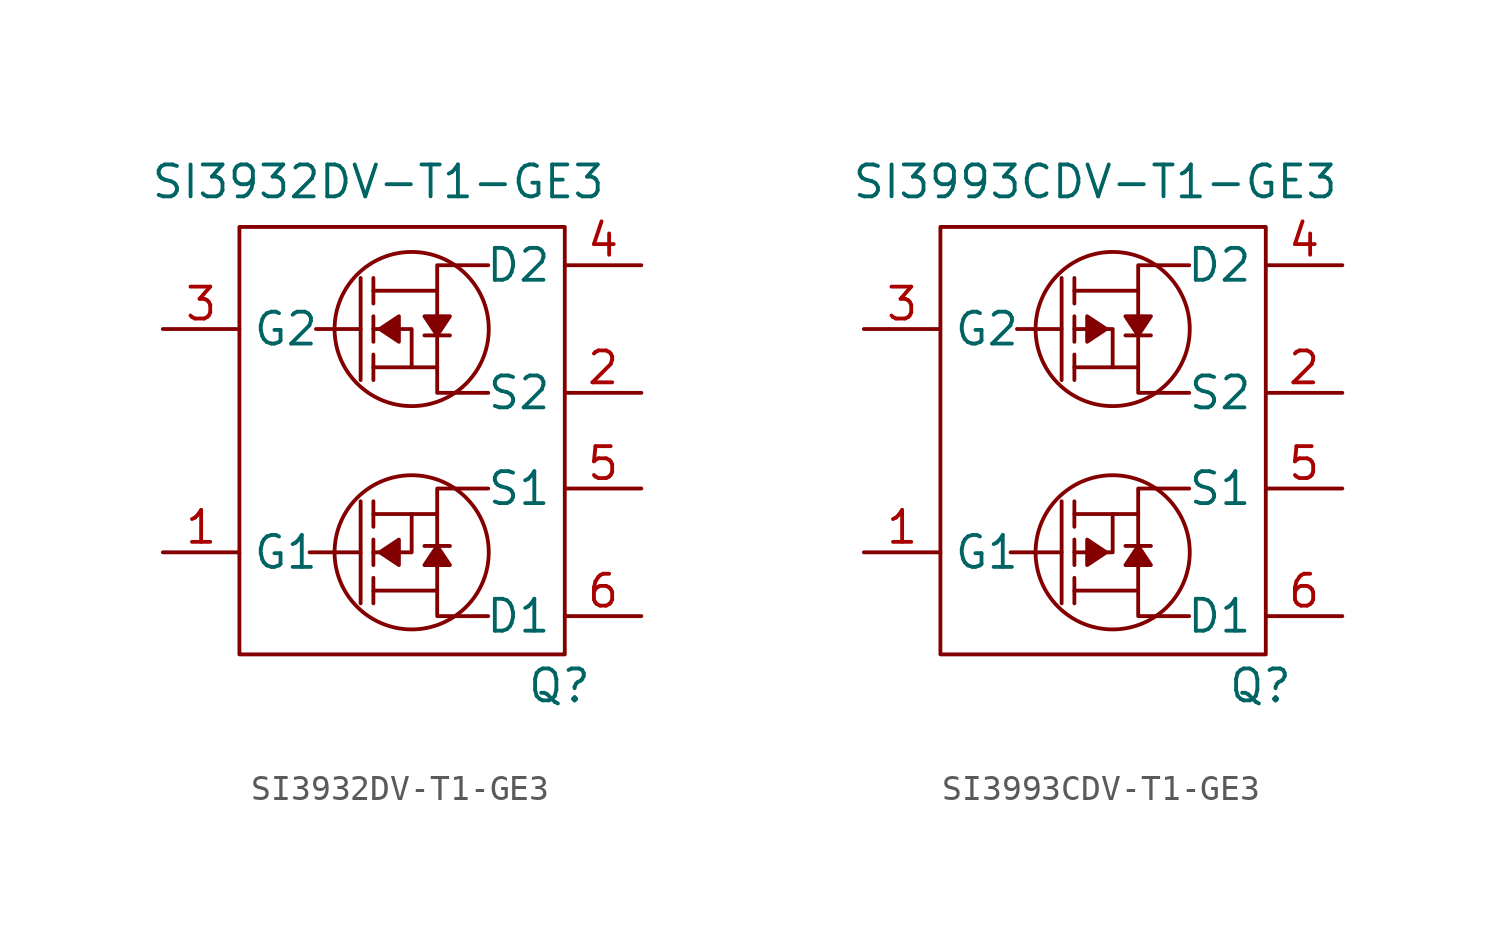
<source format=kicad_sym>
(kicad_symbol_lib
  (version 20231120)
  (generator "kicad_symbol_editor")
  (generator_version "8.0")
  (symbol "SI3932DV-T1-GE3"
    (property "Reference" "Q"
      (at 4.318 -8.382 0)
      (effects (font (size 1.27 1.27)) (justify left top)))
    (property "Value" "SI3932DV-T1-GE3"
      (at -10.668 11.684 0)
      (effects (font (size 1.27 1.27)) (justify left top)))
    (symbol "SI3932DV-T1-GE3_0_1"
      (rectangle (start -7.112 9.144) (end 5.842 -7.874) (stroke (width 0) (type default)) (fill (type none)))
      (circle (center -0.254 -3.81) (radius 3.069) (stroke (width 0) (type default)) (fill (type none)))
      (circle (center -0.254 5.08) (radius 3.069) (stroke (width 0) (type default)) (fill (type none)))
      (polyline (pts (xy -2.286 -3.81) (xy -4.318 -3.81)) (stroke (width 0) (type default)) (fill (type none)))
      (polyline (pts (xy -2.286 -1.778) (xy -2.286 -5.842)) (stroke (width 0) (type default)) (fill (type none)))
      (polyline (pts (xy -2.286 3.048) (xy -2.286 7.112)) (stroke (width 0) (type default)) (fill (type none)))
      (polyline (pts (xy -2.286 5.08) (xy -4.064 5.08)) (stroke (width 0) (type default)) (fill (type none)))
      (polyline (pts (xy -1.778 -4.826) (xy -1.778 -5.842)) (stroke (width 0) (type default)) (fill (type none)))
      (polyline (pts (xy -1.778 -3.302) (xy -1.778 -4.318)) (stroke (width 0) (type default)) (fill (type none)))
      (polyline (pts (xy -1.778 -1.778) (xy -1.778 -2.794)) (stroke (width 0) (type default)) (fill (type none)))
      (polyline (pts (xy -1.778 3.048) (xy -1.778 4.064)) (stroke (width 0) (type default)) (fill (type none)))
      (polyline (pts (xy -1.778 4.572) (xy -1.778 5.588)) (stroke (width 0) (type default)) (fill (type none)))
      (polyline (pts (xy -1.778 6.096) (xy -1.778 7.112)) (stroke (width 0) (type default)) (fill (type none)))
      (polyline (pts (xy 0.254 -3.556) (xy 1.27 -3.556)) (stroke (width 0) (type default)) (fill (type none)))
      (polyline (pts (xy 0.254 4.826) (xy 1.27 4.826)) (stroke (width 0) (type default)) (fill (type none)))
      (polyline (pts (xy 0.762 -3.556) (xy 0.762 -2.286)) (stroke (width 0) (type default)) (fill (type none)))
      (polyline (pts (xy 0.762 -2.286) (xy -0.254 -2.286)) (stroke (width 0) (type default)) (fill (type none)))
      (polyline (pts (xy 0.762 3.556) (xy -0.254 3.556)) (stroke (width 0) (type default)) (fill (type none)))
      (polyline (pts (xy 0.762 4.826) (xy 0.762 3.556)) (stroke (width 0) (type default)) (fill (type none)))
      (polyline (pts (xy -1.778 -5.334) (xy 0.762 -5.334) (xy 0.762 -4.318)) (stroke (width 0) (type default)) (fill (type none)))
      (polyline (pts (xy -1.778 6.604) (xy 0.762 6.604) (xy 0.762 5.588)) (stroke (width 0) (type default)) (fill (type none)))
      (polyline (pts (xy 0.762 -5.334) (xy 0.762 -6.35) (xy 2.794 -6.35)) (stroke (width 0) (type default)) (fill (type none)))
      (polyline (pts (xy 0.762 -2.286) (xy 0.762 -1.27) (xy 2.794 -1.27)) (stroke (width 0) (type default)) (fill (type none)))
      (polyline (pts (xy 0.762 3.556) (xy 0.762 2.54) (xy 2.794 2.54)) (stroke (width 0) (type default)) (fill (type none)))
      (polyline (pts (xy 0.762 6.604) (xy 0.762 7.62) (xy 2.794 7.62)) (stroke (width 0) (type default)) (fill (type none)))
      (polyline (pts (xy -1.778 -3.81) (xy -0.254 -3.81) (xy -0.254 -2.286) (xy -1.778 -2.286)) (stroke (width 0) (type default)) (fill (type none)))
      (polyline (pts (xy -1.778 5.08) (xy -0.254 5.08) (xy -0.254 3.556) (xy -1.778 3.556)) (stroke (width 0) (type default)) (fill (type none)))
      (polyline (pts (xy -0.762 -3.302) (xy -0.762 -4.318) (xy -1.524 -3.81) (xy -0.762 -3.302)) (stroke (width 0) (type default)) (fill (type outline)))
      (polyline (pts (xy -0.762 4.572) (xy -0.762 5.588) (xy -1.524 5.08) (xy -0.762 4.572)) (stroke (width 0) (type default)) (fill (type outline)))
      (polyline (pts (xy 0.254 -4.318) (xy 1.27 -4.318) (xy 0.762 -3.556) (xy 0.254 -4.318)) (stroke (width 0) (type default)) (fill (type outline)))
      (polyline (pts (xy 0.254 5.588) (xy 1.27 5.588) (xy 0.762 4.826) (xy 0.254 5.588)) (stroke (width 0) (type default)) (fill (type outline))))
    (symbol "SI3932DV-T1-GE3_1_1"
      (pin input line (at -10.16 -3.81 0) (length 3.048) (name "G1" (effects (font (size 1.27 1.27)))) (number "1" (effects (font (size 1.27 1.27)))))
      (pin bidirectional line (at 8.89 2.54 180) (length 3.048) (name "S2" (effects (font (size 1.27 1.27)))) (number "2" (effects (font (size 1.27 1.27)))))
      (pin input line (at -10.16 5.08 0) (length 3.048) (name "G2" (effects (font (size 1.27 1.27)))) (number "3" (effects (font (size 1.27 1.27)))))
      (pin bidirectional line (at 8.89 7.62 180) (length 3.048) (name "D2" (effects (font (size 1.27 1.27)))) (number "4" (effects (font (size 1.27 1.27)))))
      (pin bidirectional line (at 8.89 -1.27 180) (length 3.048) (name "S1" (effects (font (size 1.27 1.27)))) (number "5" (effects (font (size 1.27 1.27)))))
      (pin bidirectional line (at 8.89 -6.35 180) (length 3.048) (name "D1" (effects (font (size 1.27 1.27)))) (number "6" (effects (font (size 1.27 1.27)))))))
  (symbol "SI3993CDV-T1-GE3"
    (property "Reference" "Q"
      (at 4.318 -8.382 0)
      (effects (font (size 1.27 1.27)) (justify left top)))
    (property "Value" "SI3993CDV-T1-GE3"
      (at -10.668 11.684 0)
      (effects (font (size 1.27 1.27)) (justify left top)))
    (symbol "SI3993CDV-T1-GE3_0_1"
      (rectangle (start -7.112 9.144) (end 5.842 -7.874) (stroke (width 0) (type default)) (fill (type none)))
      (circle (center -0.254 -3.81) (radius 3.069) (stroke (width 0) (type default)) (fill (type none)))
      (circle (center -0.254 5.08) (radius 3.069) (stroke (width 0) (type default)) (fill (type none)))
      (polyline (pts (xy -2.286 -3.81) (xy -4.318 -3.81)) (stroke (width 0) (type default)) (fill (type none)))
      (polyline (pts (xy -2.286 -1.778) (xy -2.286 -5.842)) (stroke (width 0) (type default)) (fill (type none)))
      (polyline (pts (xy -2.286 3.048) (xy -2.286 7.112)) (stroke (width 0) (type default)) (fill (type none)))
      (polyline (pts (xy -2.286 5.08) (xy -4.064 5.08)) (stroke (width 0) (type default)) (fill (type none)))
      (polyline (pts (xy -1.778 -4.826) (xy -1.778 -5.842)) (stroke (width 0) (type default)) (fill (type none)))
      (polyline (pts (xy -1.778 -3.302) (xy -1.778 -4.318)) (stroke (width 0) (type default)) (fill (type none)))
      (polyline (pts (xy -1.778 -1.778) (xy -1.778 -2.794)) (stroke (width 0) (type default)) (fill (type none)))
      (polyline (pts (xy -1.778 3.048) (xy -1.778 4.064)) (stroke (width 0) (type default)) (fill (type none)))
      (polyline (pts (xy -1.778 4.572) (xy -1.778 5.588)) (stroke (width 0) (type default)) (fill (type none)))
      (polyline (pts (xy -1.778 6.096) (xy -1.778 7.112)) (stroke (width 0) (type default)) (fill (type none)))
      (polyline (pts (xy 0.254 -3.556) (xy 1.27 -3.556)) (stroke (width 0) (type default)) (fill (type none)))
      (polyline (pts (xy 0.254 4.826) (xy 1.27 4.826)) (stroke (width 0) (type default)) (fill (type none)))
      (polyline (pts (xy 0.762 -3.556) (xy 0.762 -2.286)) (stroke (width 0) (type default)) (fill (type none)))
      (polyline (pts (xy 0.762 -2.286) (xy -0.254 -2.286)) (stroke (width 0) (type default)) (fill (type none)))
      (polyline (pts (xy 0.762 3.556) (xy -0.254 3.556)) (stroke (width 0) (type default)) (fill (type none)))
      (polyline (pts (xy 0.762 4.826) (xy 0.762 3.556)) (stroke (width 0) (type default)) (fill (type none)))
      (polyline (pts (xy -1.778 -5.334) (xy 0.762 -5.334) (xy 0.762 -4.318)) (stroke (width 0) (type default)) (fill (type none)))
      (polyline (pts (xy -1.778 6.604) (xy 0.762 6.604) (xy 0.762 5.588)) (stroke (width 0) (type default)) (fill (type none)))
      (polyline (pts (xy 0.762 -5.334) (xy 0.762 -6.35) (xy 2.794 -6.35)) (stroke (width 0) (type default)) (fill (type none)))
      (polyline (pts (xy 0.762 -2.286) (xy 0.762 -1.27) (xy 2.794 -1.27)) (stroke (width 0) (type default)) (fill (type none)))
      (polyline (pts (xy 0.762 3.556) (xy 0.762 2.54) (xy 2.794 2.54)) (stroke (width 0) (type default)) (fill (type none)))
      (polyline (pts (xy 0.762 6.604) (xy 0.762 7.62) (xy 2.794 7.62)) (stroke (width 0) (type default)) (fill (type none)))
      (polyline (pts (xy -1.778 -3.81) (xy -0.254 -3.81) (xy -0.254 -2.286) (xy -1.778 -2.286)) (stroke (width 0) (type default)) (fill (type none)))
      (polyline (pts (xy -1.778 5.08) (xy -0.254 5.08) (xy -0.254 3.556) (xy -1.778 3.556)) (stroke (width 0) (type default)) (fill (type none)))
      (polyline (pts (xy -1.27 -3.302) (xy -1.27 -4.318) (xy -0.508 -3.81) (xy -1.27 -3.302)) (stroke (width 0) (type default)) (fill (type outline)))
      (polyline (pts (xy -1.27 4.572) (xy -1.27 5.588) (xy -0.508 5.08) (xy -1.27 4.572)) (stroke (width 0) (type default)) (fill (type outline)))
      (polyline (pts (xy 0.254 -4.318) (xy 1.27 -4.318) (xy 0.762 -3.556) (xy 0.254 -4.318)) (stroke (width 0) (type default)) (fill (type outline)))
      (polyline (pts (xy 0.254 5.588) (xy 1.27 5.588) (xy 0.762 4.826) (xy 0.254 5.588)) (stroke (width 0) (type default)) (fill (type outline))))
    (symbol "SI3993CDV-T1-GE3_1_1"
      (pin input line (at -10.16 -3.81 0) (length 3.048) (name "G1" (effects (font (size 1.27 1.27)))) (number "1" (effects (font (size 1.27 1.27)))))
      (pin bidirectional line (at 8.89 2.54 180) (length 3.048) (name "S2" (effects (font (size 1.27 1.27)))) (number "2" (effects (font (size 1.27 1.27)))))
      (pin input line (at -10.16 5.08 0) (length 3.048) (name "G2" (effects (font (size 1.27 1.27)))) (number "3" (effects (font (size 1.27 1.27)))))
      (pin bidirectional line (at 8.89 7.62 180) (length 3.048) (name "D2" (effects (font (size 1.27 1.27)))) (number "4" (effects (font (size 1.27 1.27)))))
      (pin bidirectional line (at 8.89 -1.27 180) (length 3.048) (name "S1" (effects (font (size 1.27 1.27)))) (number "5" (effects (font (size 1.27 1.27)))))
      (pin bidirectional line (at 8.89 -6.35 180) (length 3.048) (name "D1" (effects (font (size 1.27 1.27)))) (number "6" (effects (font (size 1.27 1.27))))))))
</source>
